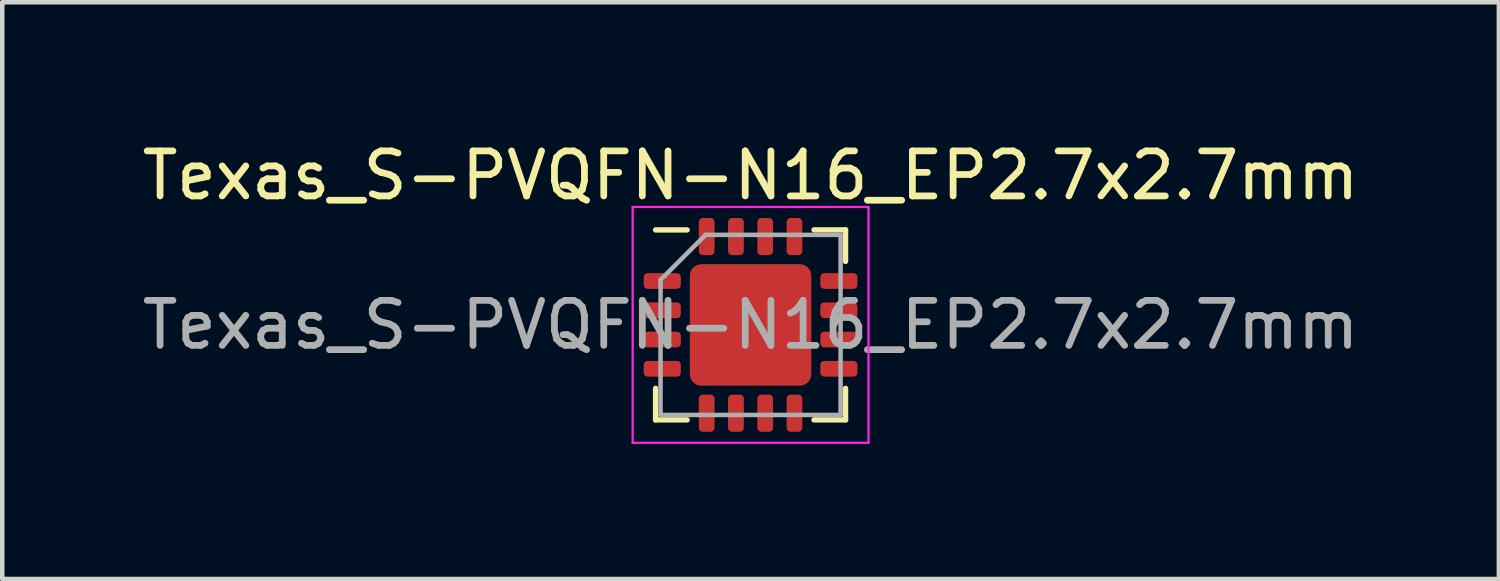
<source format=kicad_pcb>
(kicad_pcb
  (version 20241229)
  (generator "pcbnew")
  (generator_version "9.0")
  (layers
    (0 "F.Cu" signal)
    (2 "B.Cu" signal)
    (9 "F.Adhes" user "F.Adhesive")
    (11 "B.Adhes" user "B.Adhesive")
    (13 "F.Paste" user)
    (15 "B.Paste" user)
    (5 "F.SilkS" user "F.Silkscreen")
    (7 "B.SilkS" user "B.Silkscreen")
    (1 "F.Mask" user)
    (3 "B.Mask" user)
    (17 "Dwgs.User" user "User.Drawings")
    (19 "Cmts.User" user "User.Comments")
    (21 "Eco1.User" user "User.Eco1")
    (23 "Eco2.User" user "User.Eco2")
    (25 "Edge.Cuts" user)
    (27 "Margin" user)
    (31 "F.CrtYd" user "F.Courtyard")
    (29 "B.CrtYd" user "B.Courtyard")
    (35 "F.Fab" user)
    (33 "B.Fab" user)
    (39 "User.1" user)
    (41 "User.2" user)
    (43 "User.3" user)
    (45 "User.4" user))
  (footprint "Texas_S-PVQFN-N16_EP2.7x2.7mm"
    (layer "F.Cu")
    (at 13.625 4.168)
    (property "Reference" "Texas_S-PVQFN-N16_EP2.7x2.7mm" (at 0 -3.32 0) (layer "F.SilkS") (effects (font (size 1 1) (thickness 0.15))))
    (attr smd)
    (fp_line (start -2.11 2.11) (end -2.11 1.41) (stroke (width 0.12) (type solid)) (layer "F.SilkS"))
    (fp_line (start -1.41 -2.11) (end -2.11 -2.11) (stroke (width 0.12) (type solid)) (layer "F.SilkS"))
    (fp_line (start -1.41 2.11) (end -2.11 2.11) (stroke (width 0.12) (type solid)) (layer "F.SilkS"))
    (fp_line (start 1.41 -2.11) (end 2.11 -2.11) (stroke (width 0.12) (type solid)) (layer "F.SilkS"))
    (fp_line (start 1.41 2.11) (end 2.11 2.11) (stroke (width 0.12) (type solid)) (layer "F.SilkS"))
    (fp_line (start 2.11 -2.11) (end 2.11 -1.41) (stroke (width 0.12) (type solid)) (layer "F.SilkS"))
    (fp_line (start 2.11 2.11) (end 2.11 1.41) (stroke (width 0.12) (type solid)) (layer "F.SilkS"))
    (fp_line (start -2.62 -2.62) (end -2.62 2.62) (stroke (width 0.05) (type solid)) (layer "F.CrtYd"))
    (fp_line (start -2.62 2.62) (end 2.62 2.62) (stroke (width 0.05) (type solid)) (layer "F.CrtYd"))
    (fp_line (start 2.62 -2.62) (end -2.62 -2.62) (stroke (width 0.05) (type solid)) (layer "F.CrtYd"))
    (fp_line (start 2.62 2.62) (end 2.62 -2.62) (stroke (width 0.05) (type solid)) (layer "F.CrtYd"))
    (fp_line (start -2 -1) (end -1 -2) (stroke (width 0.1) (type solid)) (layer "F.Fab"))
    (fp_line (start -2 2) (end -2 -1) (stroke (width 0.1) (type solid)) (layer "F.Fab"))
    (fp_line (start -1 -2) (end 2 -2) (stroke (width 0.1) (type solid)) (layer "F.Fab"))
    (fp_line (start 2 -2) (end 2 2) (stroke (width 0.1) (type solid)) (layer "F.Fab"))
    (fp_line (start 2 2) (end -2 2) (stroke (width 0.1) (type solid)) (layer "F.Fab"))
    (fp_text user "${REFERENCE}" (at 0 0 0) (layer "F.Fab") (effects (font (size 1 1) (thickness 0.15))))
    (pad "" smd roundrect (at -0.9 -0.9) (size 0.73 0.73) (layers "F.Paste") (roundrect_rratio 0.25))
    (pad "" smd roundrect (at -0.9 0) (size 0.73 0.73) (layers "F.Paste") (roundrect_rratio 0.25))
    (pad "" smd roundrect (at -0.9 0.9) (size 0.73 0.73) (layers "F.Paste") (roundrect_rratio 0.25))
    (pad "" smd roundrect (at 0 -0.9) (size 0.73 0.73) (layers "F.Paste") (roundrect_rratio 0.25))
    (pad "" smd roundrect (at 0 0) (size 0.73 0.73) (layers "F.Paste") (roundrect_rratio 0.25))
    (pad "" smd roundrect (at 0 0.9) (size 0.73 0.73) (layers "F.Paste") (roundrect_rratio 0.25))
    (pad "" smd roundrect (at 0.9 -0.9) (size 0.73 0.73) (layers "F.Paste") (roundrect_rratio 0.25))
    (pad "" smd roundrect (at 0.9 0) (size 0.73 0.73) (layers "F.Paste") (roundrect_rratio 0.25))
    (pad "" smd roundrect (at 0.9 0.9) (size 0.73 0.73) (layers "F.Paste") (roundrect_rratio 0.25))
    (pad "1" smd roundrect (at -1.962 -0.975) (size 0.825 0.35) (layers "F.Cu" "F.Mask" "F.Paste") (roundrect_rratio 0.25))
    (pad "2" smd roundrect (at -1.962 -0.325) (size 0.825 0.35) (layers "F.Cu" "F.Mask" "F.Paste") (roundrect_rratio 0.25))
    (pad "3" smd roundrect (at -1.962 0.325) (size 0.825 0.35) (layers "F.Cu" "F.Mask" "F.Paste") (roundrect_rratio 0.25))
    (pad "4" smd roundrect (at -1.962 0.975) (size 0.825 0.35) (layers "F.Cu" "F.Mask" "F.Paste") (roundrect_rratio 0.25))
    (pad "5" smd roundrect (at -0.975 1.962) (size 0.35 0.825) (layers "F.Cu" "F.Mask" "F.Paste") (roundrect_rratio 0.25))
    (pad "6" smd roundrect (at -0.325 1.962) (size 0.35 0.825) (layers "F.Cu" "F.Mask" "F.Paste") (roundrect_rratio 0.25))
    (pad "7" smd roundrect (at 0.325 1.962) (size 0.35 0.825) (layers "F.Cu" "F.Mask" "F.Paste") (roundrect_rratio 0.25))
    (pad "8" smd roundrect (at 0.975 1.962) (size 0.35 0.825) (layers "F.Cu" "F.Mask" "F.Paste") (roundrect_rratio 0.25))
    (pad "9" smd roundrect (at 1.962 0.975) (size 0.825 0.35) (layers "F.Cu" "F.Mask" "F.Paste") (roundrect_rratio 0.25))
    (pad "10" smd roundrect (at 1.962 0.325) (size 0.825 0.35) (layers "F.Cu" "F.Mask" "F.Paste") (roundrect_rratio 0.25))
    (pad "11" smd roundrect (at 1.962 -0.325) (size 0.825 0.35) (layers "F.Cu" "F.Mask" "F.Paste") (roundrect_rratio 0.25))
    (pad "12" smd roundrect (at 1.962 -0.975) (size 0.825 0.35) (layers "F.Cu" "F.Mask" "F.Paste") (roundrect_rratio 0.25))
    (pad "13" smd roundrect (at 0.975 -1.962) (size 0.35 0.825) (layers "F.Cu" "F.Mask" "F.Paste") (roundrect_rratio 0.25))
    (pad "14" smd roundrect (at 0.325 -1.962) (size 0.35 0.825) (layers "F.Cu" "F.Mask" "F.Paste") (roundrect_rratio 0.25))
    (pad "15" smd roundrect (at -0.325 -1.962) (size 0.35 0.825) (layers "F.Cu" "F.Mask" "F.Paste") (roundrect_rratio 0.25))
    (pad "16" smd roundrect (at -0.975 -1.962) (size 0.35 0.825) (layers "F.Cu" "F.Mask" "F.Paste") (roundrect_rratio 0.25))
    (pad "17" smd roundrect (at 0 0) (size 2.7 2.7) (layers "F.Cu" "F.Mask") (roundrect_rratio 0.093)))
  (gr_rect
    (start -3 -3)
    (end 30.25 9.813)
    (stroke (width 0.1) (type default))
    (fill no)
    (layer "Edge.Cuts")))
</source>
